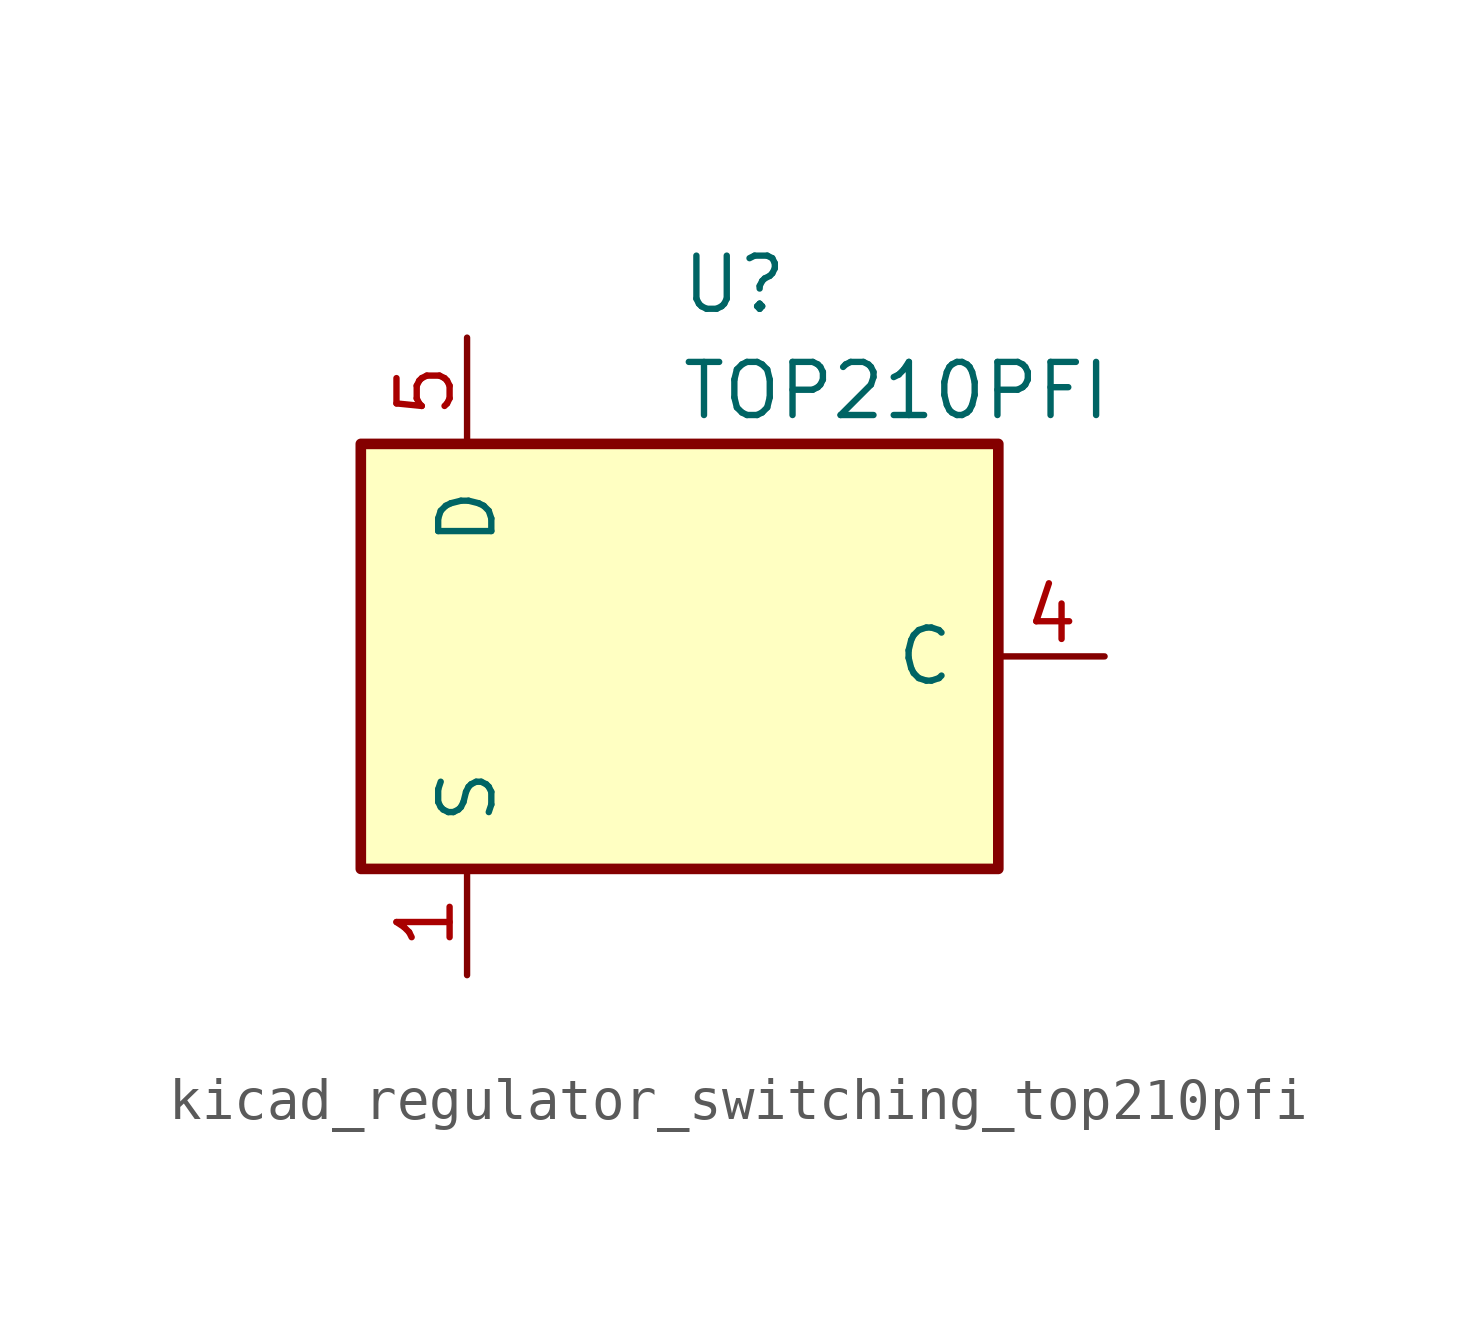
<source format=kicad_sym>
(kicad_symbol_lib
  (version 20220914)
  (generator kicad_symbol_editor)
  (symbol "kicad_regulator_switching_top210pfi"
    (pin_names
      (offset 1.016))
    (property "Reference" "U"
      (at 0 8.89 0)
      (effects (font (size 1.27 1.27)) (justify left)))
    (property "Value" "TOP210PFI"
      (at 0 6.35 0)
      (effects (font (size 1.27 1.27)) (justify left)))
    (symbol "kicad_regulator_switching_top210pfi_0_1"
      (rectangle (start -7.62 5.08) (end 7.62 -5.08) (stroke (width 0.254) (type default)) (fill (type background))))
    (symbol "kicad_regulator_switching_top210pfi_1_1"
      (pin power_in line (at -5.08 -7.62 90) (length 2.54) (name "S" (effects (font (size 1.27 1.27)))) (number "1" (effects (font (size 1.27 1.27)))))
      (pin no_connect line (at -2.54 -5.08 90) (length 2.54) hide (name "NC" (effects (font (size 1.27 1.27)))) (number "2" (effects (font (size 1.27 1.27)))))
      (pin no_connect line (at 0 -5.08 90) (length 2.54) hide (name "NC" (effects (font (size 1.27 1.27)))) (number "3" (effects (font (size 1.27 1.27)))))
      (pin input line (at 10.16 0 180) (length 2.54) (name "C" (effects (font (size 1.27 1.27)))) (number "4" (effects (font (size 1.27 1.27)))))
      (pin open_collector line (at -5.08 7.62 270) (length 2.54) (name "D" (effects (font (size 1.27 1.27)))) (number "5" (effects (font (size 1.27 1.27)))))
      (pin no_connect line (at 2.54 -5.08 90) (length 2.54) hide (name "NC" (effects (font (size 1.27 1.27)))) (number "6" (effects (font (size 1.27 1.27)))))
      (pin no_connect line (at 5.08 -5.08 90) (length 2.54) hide (name "NC" (effects (font (size 1.27 1.27)))) (number "7" (effects (font (size 1.27 1.27)))))
      (pin passive line (at -5.08 -7.62 90) (length 2.54) hide (name "S" (effects (font (size 1.27 1.27)))) (number "8" (effects (font (size 1.27 1.27))))))))
</source>
